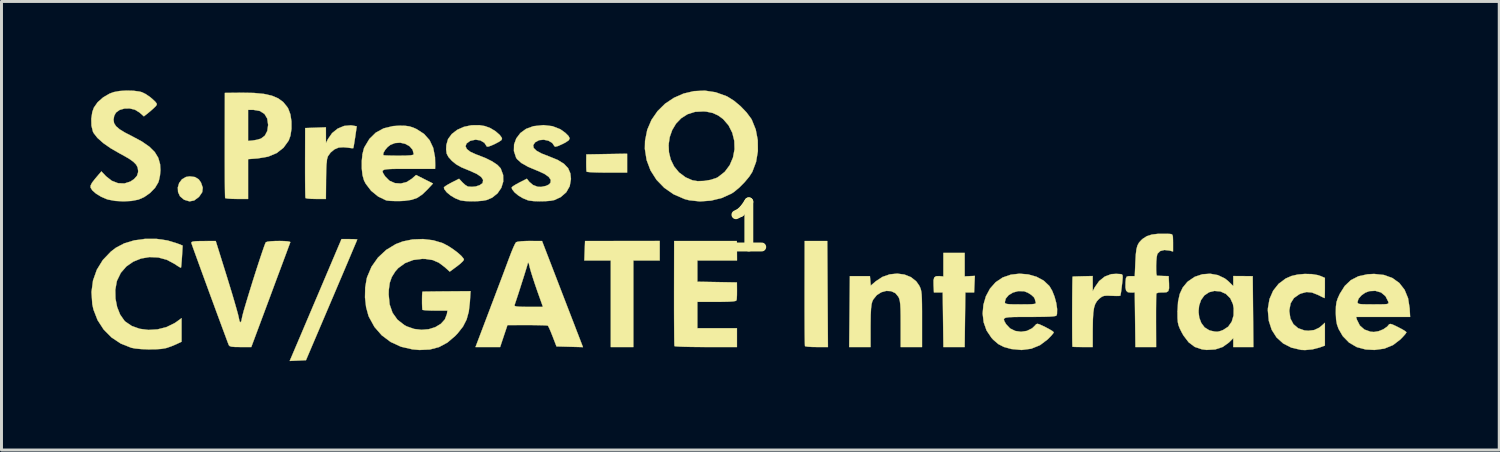
<source format=kicad_pcb>
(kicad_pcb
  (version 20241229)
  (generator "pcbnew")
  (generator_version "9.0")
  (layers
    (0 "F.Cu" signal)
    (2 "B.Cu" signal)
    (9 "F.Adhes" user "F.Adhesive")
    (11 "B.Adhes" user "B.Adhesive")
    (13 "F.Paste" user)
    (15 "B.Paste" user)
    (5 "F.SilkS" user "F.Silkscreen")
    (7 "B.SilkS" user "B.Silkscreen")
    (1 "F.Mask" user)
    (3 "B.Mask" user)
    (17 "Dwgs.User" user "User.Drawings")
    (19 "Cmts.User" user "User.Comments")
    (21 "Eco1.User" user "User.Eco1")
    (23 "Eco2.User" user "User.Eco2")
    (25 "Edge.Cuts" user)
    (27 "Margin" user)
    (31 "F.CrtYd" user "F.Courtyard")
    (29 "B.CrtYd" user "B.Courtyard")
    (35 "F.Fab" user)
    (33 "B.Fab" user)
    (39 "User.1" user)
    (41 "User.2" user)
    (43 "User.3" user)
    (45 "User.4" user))
  (footprint "1"
    (layer "F.Cu")
    (at 22.209 4.592)
    (property "Reference" "1" (at 0 0 0) (layer "F.SilkS") (effects (font (size 1.524 1.524) (thickness 0.3))))
    (attr through_hole)
    (fp_poly (pts (xy -3.006 1.143) (xy -3.895 1.143) (xy -3.895 4.064) (xy -4.657 4.064) (xy -4.657 1.143) (xy -5.549 1.143) (xy -5.537 0.815) (xy -5.524 0.487) (xy -3.006 0.486) (xy -3.006 1.143)) (stroke (width 0.01) (type solid)) (fill yes) (layer "F.SilkS"))
    (fp_poly (pts (xy -4.106 -1.82) (xy -4.781 -1.82) (xy -5.011 -1.822) (xy -5.209 -1.827) (xy -5.361 -1.835) (xy -5.452 -1.845) (xy -5.472 -1.852) (xy -5.48 -1.908) (xy -5.484 -2.023) (xy -5.485 -2.159) (xy -5.482 -2.434) (xy -4.794 -2.446) (xy -4.106 -2.457) (xy -4.106 -1.82)) (stroke (width 0.01) (type solid)) (fill yes) (layer "F.SilkS"))
    (fp_poly (pts (xy 2.657 2.275) (xy 2.668 4.064) (xy 2.289 4.064) (xy 2.119 4.061) (xy 1.985 4.052) (xy 1.906 4.039) (xy 1.894 4.032) (xy 1.891 3.984) (xy 1.888 3.861) (xy 1.885 3.671) (xy 1.883 3.423) (xy 1.882 3.127) (xy 1.881 2.791) (xy 1.881 2.424) (xy 1.881 2.244) (xy 1.884 0.487) (xy 2.646 0.487) (xy 2.657 2.275)) (stroke (width 0.01) (type solid)) (fill yes) (layer "F.SilkS"))
    (fp_poly (pts (xy -18.681 -1.67) (xy -18.555 -1.592) (xy -18.479 -1.483) (xy -18.42 -1.311) (xy -18.438 -1.16) (xy -18.537 -1.014) (xy -18.559 -0.991) (xy -18.711 -0.879) (xy -18.867 -0.85) (xy -19.038 -0.901) (xy -19.06 -0.913) (xy -19.188 -1.022) (xy -19.253 -1.164) (xy -19.261 -1.319) (xy -19.216 -1.469) (xy -19.123 -1.593) (xy -18.986 -1.673) (xy -18.86 -1.693) (xy -18.681 -1.67)) (stroke (width 0.01) (type solid)) (fill yes) (layer "F.SilkS"))
    (fp_poly (pts (xy 7.281 1.68) (xy 7.452 1.672) (xy 7.624 1.664) (xy 7.611 1.943) (xy 7.599 2.223) (xy 7.303 2.223) (xy 7.28 4.064) (xy 6.563 4.064) (xy 6.54 2.223) (xy 6.244 2.223) (xy 6.231 1.972) (xy 6.23 1.81) (xy 6.255 1.716) (xy 6.316 1.675) (xy 6.424 1.671) (xy 6.439 1.673) (xy 6.562 1.683) (xy 6.562 0.889) (xy 7.281 0.889) (xy 7.281 1.68)) (stroke (width 0.01) (type solid)) (fill yes) (layer "F.SilkS"))
    (fp_poly (pts (xy -13.337 0.425) (xy -13.24 0.43) (xy -13.208 0.435) (xy -13.224 0.476) (xy -13.27 0.586) (xy -13.344 0.76) (xy -13.441 0.99) (xy -13.559 1.269) (xy -13.695 1.59) (xy -13.846 1.944) (xy -14.008 2.326) (xy -14.073 2.478) (xy -14.938 4.508) (xy -15.213 4.521) (xy -15.487 4.533) (xy -15.085 3.59) (xy -14.952 3.276) (xy -14.796 2.909) (xy -14.628 2.514) (xy -14.458 2.115) (xy -14.298 1.737) (xy -14.212 1.535) (xy -13.74 0.423) (xy -13.474 0.423) (xy -13.337 0.425)) (stroke (width 0.01) (type solid)) (fill yes) (layer "F.SilkS"))
    (fp_poly (pts (xy -0.401 0.815) (xy -0.399 1.143) (xy -1.736 1.143) (xy -1.736 1.861) (xy -0.402 1.884) (xy -0.4 2.159) (xy -0.401 2.31) (xy -0.407 2.429) (xy -0.415 2.487) (xy -0.446 2.509) (xy -0.53 2.524) (xy -0.674 2.534) (xy -0.888 2.539) (xy -1.084 2.54) (xy -1.736 2.54) (xy -1.736 3.429) (xy -0.401 3.429) (xy -0.401 4.064) (xy -1.447 4.064) (xy -1.735 4.063) (xy -1.995 4.059) (xy -2.213 4.054) (xy -2.379 4.047) (xy -2.481 4.039) (xy -2.508 4.032) (xy -2.512 3.984) (xy -2.515 3.861) (xy -2.517 3.671) (xy -2.519 3.423) (xy -2.521 3.127) (xy -2.522 2.791) (xy -2.522 2.424) (xy -2.522 2.244) (xy -2.519 0.487) (xy -0.404 0.487) (xy -0.401 0.815)) (stroke (width 0.01) (type solid)) (fill yes) (layer "F.SilkS"))
    (fp_poly (pts (xy 5.249 1.619) (xy 5.468 1.706) (xy 5.647 1.848) (xy 5.744 1.986) (xy 5.776 2.05) (xy 5.8 2.114) (xy 5.817 2.189) (xy 5.829 2.289) (xy 5.836 2.426) (xy 5.84 2.613) (xy 5.842 2.861) (xy 5.842 3.118) (xy 5.842 4.064) (xy 5.122 4.064) (xy 5.122 3.291) (xy 5.121 3.006) (xy 5.117 2.791) (xy 5.109 2.634) (xy 5.095 2.521) (xy 5.075 2.439) (xy 5.048 2.373) (xy 5.048 2.373) (xy 4.943 2.246) (xy 4.799 2.179) (xy 4.635 2.17) (xy 4.468 2.216) (xy 4.316 2.313) (xy 4.197 2.46) (xy 4.165 2.525) (xy 4.14 2.619) (xy 4.122 2.769) (xy 4.111 2.982) (xy 4.107 3.269) (xy 4.106 3.364) (xy 4.106 4.064) (xy 3.385 4.064) (xy 3.397 2.868) (xy 3.408 1.672) (xy 4.085 1.672) (xy 4.112 1.992) (xy 4.288 1.841) (xy 4.509 1.697) (xy 4.754 1.612) (xy 5.005 1.587) (xy 5.249 1.619)) (stroke (width 0.01) (type solid)) (fill yes) (layer "F.SilkS"))
    (fp_poly (pts (xy -13.361 -3.406) (xy -13.226 -3.381) (xy -13.278 -3.019) (xy -13.304 -2.854) (xy -13.325 -2.726) (xy -13.34 -2.653) (xy -13.344 -2.644) (xy -13.389 -2.643) (xy -13.487 -2.656) (xy -13.525 -2.662) (xy -13.678 -2.675) (xy -13.828 -2.665) (xy -13.842 -2.662) (xy -13.981 -2.602) (xy -14.108 -2.496) (xy -14.199 -2.368) (xy -14.229 -2.264) (xy -14.237 -2.166) (xy -14.245 -2.117) (xy -14.249 -2.061) (xy -14.254 -1.937) (xy -14.258 -1.763) (xy -14.261 -1.555) (xy -14.261 -1.503) (xy -14.266 -0.931) (xy -14.603 -0.931) (xy -14.762 -0.935) (xy -14.885 -0.945) (xy -14.95 -0.959) (xy -14.954 -0.963) (xy -14.959 -1.012) (xy -14.962 -1.135) (xy -14.965 -1.32) (xy -14.967 -1.555) (xy -14.968 -1.831) (xy -14.968 -2.135) (xy -14.968 -2.159) (xy -14.965 -3.323) (xy -14.616 -3.335) (xy -14.266 -3.348) (xy -14.265 -3.081) (xy -14.264 -2.815) (xy -14.199 -2.947) (xy -14.058 -3.151) (xy -13.87 -3.303) (xy -13.653 -3.394) (xy -13.425 -3.415) (xy -13.361 -3.406)) (stroke (width 0.01) (type solid)) (fill yes) (layer "F.SilkS"))
    (fp_poly (pts (xy 18.989 1.604) (xy 19.193 1.638) (xy 19.272 1.664) (xy 19.431 1.731) (xy 19.431 2.072) (xy 19.43 2.23) (xy 19.427 2.349) (xy 19.422 2.409) (xy 19.42 2.413) (xy 19.38 2.395) (xy 19.287 2.35) (xy 19.202 2.307) (xy 18.995 2.225) (xy 18.814 2.208) (xy 18.628 2.257) (xy 18.565 2.285) (xy 18.387 2.411) (xy 18.277 2.585) (xy 18.233 2.811) (xy 18.232 2.86) (xy 18.267 3.1) (xy 18.369 3.292) (xy 18.529 3.429) (xy 18.74 3.503) (xy 18.872 3.514) (xy 19.069 3.491) (xy 19.234 3.414) (xy 19.336 3.332) (xy 19.431 3.245) (xy 19.431 4.015) (xy 19.251 4.08) (xy 19.012 4.142) (xy 18.762 4.166) (xy 18.627 4.16) (xy 18.3 4.084) (xy 18.023 3.942) (xy 17.801 3.741) (xy 17.638 3.484) (xy 17.539 3.179) (xy 17.507 2.83) (xy 17.509 2.758) (xy 17.563 2.444) (xy 17.686 2.164) (xy 17.871 1.93) (xy 18.11 1.752) (xy 18.305 1.667) (xy 18.513 1.619) (xy 18.752 1.598) (xy 18.989 1.604)) (stroke (width 0.01) (type solid)) (fill yes) (layer "F.SilkS"))
    (fp_poly (pts (xy -16.695 -4.507) (xy -16.36 -4.475) (xy -16.09 -4.415) (xy -15.874 -4.323) (xy -15.704 -4.198) (xy -15.571 -4.035) (xy -15.536 -3.977) (xy -15.464 -3.785) (xy -15.428 -3.548) (xy -15.427 -3.298) (xy -15.462 -3.065) (xy -15.522 -2.9) (xy -15.696 -2.659) (xy -15.926 -2.479) (xy -16.213 -2.359) (xy -16.561 -2.299) (xy -16.577 -2.298) (xy -16.891 -2.274) (xy -16.891 -0.931) (xy -17.27 -0.931) (xy -17.439 -0.935) (xy -17.573 -0.944) (xy -17.652 -0.956) (xy -17.664 -0.963) (xy -17.667 -1.011) (xy -17.67 -1.134) (xy -17.673 -1.325) (xy -17.675 -1.572) (xy -17.676 -1.869) (xy -17.677 -2.205) (xy -17.677 -2.571) (xy -17.677 -2.752) (xy -17.675 -3.937) (xy -16.891 -3.937) (xy -16.891 -2.888) (xy -16.734 -2.903) (xy -16.59 -2.928) (xy -16.461 -2.966) (xy -16.456 -2.968) (xy -16.326 -3.066) (xy -16.243 -3.224) (xy -16.214 -3.429) (xy -16.245 -3.643) (xy -16.338 -3.799) (xy -16.493 -3.897) (xy -16.708 -3.936) (xy -16.749 -3.937) (xy -16.891 -3.937) (xy -17.675 -3.937) (xy -17.674 -4.508) (xy -17.103 -4.514) (xy -16.695 -4.507)) (stroke (width 0.01) (type solid)) (fill yes) (layer "F.SilkS"))
    (fp_poly (pts (xy 12.478 1.6) (xy 12.536 1.603) (xy 12.584 1.612) (xy 12.607 1.644) (xy 12.611 1.72) (xy 12.599 1.857) (xy 12.597 1.874) (xy 12.579 2.029) (xy 12.563 2.159) (xy 12.553 2.224) (xy 12.538 2.303) (xy 12.534 2.33) (xy 12.494 2.339) (xy 12.391 2.341) (xy 12.247 2.336) (xy 12.24 2.336) (xy 12.082 2.33) (xy 11.979 2.339) (xy 11.904 2.369) (xy 11.828 2.428) (xy 11.814 2.44) (xy 11.739 2.521) (xy 11.683 2.617) (xy 11.644 2.741) (xy 11.619 2.908) (xy 11.606 3.13) (xy 11.601 3.42) (xy 11.6 3.482) (xy 11.599 4.064) (xy 11.261 4.064) (xy 11.103 4.063) (xy 10.982 4.06) (xy 10.921 4.055) (xy 10.917 4.053) (xy 10.913 4.006) (xy 10.91 3.887) (xy 10.908 3.712) (xy 10.907 3.492) (xy 10.906 3.241) (xy 10.906 2.972) (xy 10.907 2.699) (xy 10.908 2.433) (xy 10.91 2.189) (xy 10.912 1.98) (xy 10.915 1.818) (xy 10.918 1.717) (xy 10.922 1.688) (xy 10.971 1.685) (xy 11.084 1.681) (xy 11.236 1.677) (xy 11.271 1.676) (xy 11.599 1.669) (xy 11.6 1.925) (xy 11.6 2.18) (xy 11.666 2.053) (xy 11.816 1.839) (xy 12.006 1.687) (xy 12.224 1.605) (xy 12.393 1.595) (xy 12.478 1.6)) (stroke (width 0.01) (type solid)) (fill yes) (layer "F.SilkS"))
    (fp_poly (pts (xy 15.822 1.638) (xy 16.058 1.751) (xy 16.178 1.848) (xy 16.341 2.007) (xy 16.341 1.669) (xy 16.669 1.671) (xy 16.997 1.674) (xy 17.008 2.869) (xy 17.019 4.064) (xy 16.341 4.064) (xy 16.341 3.765) (xy 16.195 3.91) (xy 15.986 4.061) (xy 15.731 4.145) (xy 15.442 4.161) (xy 15.283 4.141) (xy 15.042 4.06) (xy 14.836 3.905) (xy 14.66 3.674) (xy 14.605 3.576) (xy 14.537 3.44) (xy 14.494 3.331) (xy 14.47 3.222) (xy 14.46 3.086) (xy 14.459 2.898) (xy 14.459 2.869) (xy 15.169 2.869) (xy 15.193 3.07) (xy 15.262 3.253) (xy 15.374 3.401) (xy 15.528 3.497) (xy 15.579 3.513) (xy 15.716 3.542) (xy 15.81 3.547) (xy 15.902 3.525) (xy 16 3.488) (xy 16.169 3.378) (xy 16.288 3.209) (xy 16.351 2.997) (xy 16.354 2.754) (xy 16.328 2.612) (xy 16.239 2.418) (xy 16.094 2.274) (xy 15.91 2.189) (xy 15.704 2.171) (xy 15.524 2.216) (xy 15.365 2.322) (xy 15.254 2.478) (xy 15.189 2.666) (xy 15.169 2.869) (xy 14.459 2.869) (xy 14.459 2.862) (xy 14.478 2.536) (xy 14.535 2.274) (xy 14.634 2.06) (xy 14.782 1.879) (xy 14.816 1.847) (xy 15.041 1.695) (xy 15.296 1.61) (xy 15.562 1.591) (xy 15.822 1.638)) (stroke (width 0.01) (type solid)) (fill yes) (layer "F.SilkS"))
    (fp_poly (pts (xy -19.983 0.415) (xy -19.609 0.469) (xy -19.275 0.571) (xy -19.098 0.642) (xy -19.12 1.009) (xy -19.132 1.175) (xy -19.143 1.305) (xy -19.152 1.379) (xy -19.155 1.389) (xy -19.193 1.374) (xy -19.279 1.322) (xy -19.353 1.271) (xy -19.628 1.122) (xy -19.919 1.043) (xy -20.214 1.029) (xy -20.501 1.078) (xy -20.766 1.185) (xy -20.998 1.347) (xy -21.183 1.56) (xy -21.31 1.82) (xy -21.321 1.857) (xy -21.37 2.136) (xy -21.364 2.429) (xy -21.308 2.714) (xy -21.207 2.969) (xy -21.065 3.172) (xy -21.033 3.205) (xy -20.812 3.355) (xy -20.546 3.449) (xy -20.252 3.487) (xy -19.947 3.468) (xy -19.649 3.393) (xy -19.376 3.261) (xy -19.307 3.215) (xy -19.135 3.09) (xy -19.135 3.885) (xy -19.315 3.97) (xy -19.469 4.035) (xy -19.629 4.091) (xy -19.664 4.101) (xy -19.816 4.127) (xy -20.024 4.141) (xy -20.26 4.143) (xy -20.495 4.133) (xy -20.702 4.113) (xy -20.833 4.087) (xy -21.186 3.947) (xy -21.499 3.739) (xy -21.763 3.472) (xy -21.968 3.156) (xy -22.106 2.801) (xy -22.146 2.617) (xy -22.173 2.208) (xy -22.121 1.818) (xy -21.993 1.457) (xy -21.792 1.13) (xy -21.521 0.846) (xy -21.355 0.718) (xy -21.069 0.567) (xy -20.733 0.466) (xy -20.364 0.415) (xy -19.983 0.415)) (stroke (width 0.01) (type solid)) (fill yes) (layer "F.SilkS"))
    (fp_poly (pts (xy 14.192 0.248) (xy 14.253 0.255) (xy 14.288 0.279) (xy 14.304 0.341) (xy 14.308 0.459) (xy 14.309 0.547) (xy 14.309 0.841) (xy 14.192 0.81) (xy 14.018 0.79) (xy 13.877 0.826) (xy 13.788 0.913) (xy 13.775 0.944) (xy 13.757 1.036) (xy 13.745 1.17) (xy 13.739 1.322) (xy 13.74 1.468) (xy 13.746 1.585) (xy 13.76 1.65) (xy 13.766 1.656) (xy 13.827 1.661) (xy 13.937 1.665) (xy 13.981 1.667) (xy 14.161 1.672) (xy 14.173 1.922) (xy 14.175 2.082) (xy 14.151 2.174) (xy 14.088 2.216) (xy 13.971 2.224) (xy 13.927 2.222) (xy 13.819 2.228) (xy 13.753 2.252) (xy 13.747 2.261) (xy 13.743 2.316) (xy 13.739 2.441) (xy 13.737 2.625) (xy 13.735 2.854) (xy 13.735 3.114) (xy 13.735 3.186) (xy 13.738 4.064) (xy 13.04 4.064) (xy 13.018 2.223) (xy 12.879 2.226) (xy 12.784 2.214) (xy 12.727 2.162) (xy 12.704 2.056) (xy 12.706 1.884) (xy 12.708 1.859) (xy 12.72 1.744) (xy 12.747 1.689) (xy 12.811 1.673) (xy 12.869 1.672) (xy 13.018 1.672) (xy 13.039 1.185) (xy 13.053 0.943) (xy 13.074 0.767) (xy 13.108 0.64) (xy 13.161 0.542) (xy 13.239 0.456) (xy 13.293 0.408) (xy 13.426 0.324) (xy 13.594 0.27) (xy 13.813 0.244) (xy 14.096 0.244) (xy 14.192 0.248)) (stroke (width 0.01) (type solid)) (fill yes) (layer "F.SilkS"))
    (fp_poly (pts (xy -15.669 0.49) (xy -15.547 0.5) (xy -15.476 0.516) (xy -15.466 0.528) (xy -15.484 0.576) (xy -15.528 0.694) (xy -15.595 0.876) (xy -15.683 1.112) (xy -15.788 1.394) (xy -15.908 1.714) (xy -16.038 2.064) (xy -16.132 2.318) (xy -16.783 4.064) (xy -17.15 4.064) (xy -17.332 4.062) (xy -17.446 4.052) (xy -17.511 4.032) (xy -17.542 3.999) (xy -17.545 3.99) (xy -17.59 3.873) (xy -17.655 3.697) (xy -17.739 3.471) (xy -17.837 3.206) (xy -17.946 2.912) (xy -18.061 2.598) (xy -18.18 2.275) (xy -18.298 1.952) (xy -18.412 1.64) (xy -18.518 1.349) (xy -18.613 1.088) (xy -18.693 0.868) (xy -18.754 0.699) (xy -18.792 0.59) (xy -18.805 0.552) (xy -18.796 0.523) (xy -18.748 0.505) (xy -18.647 0.494) (xy -18.48 0.489) (xy -18.4 0.489) (xy -17.982 0.487) (xy -17.608 1.684) (xy -17.512 1.997) (xy -17.422 2.292) (xy -17.344 2.558) (xy -17.28 2.782) (xy -17.233 2.953) (xy -17.208 3.057) (xy -17.206 3.07) (xy -17.179 3.193) (xy -17.148 3.233) (xy -17.119 3.188) (xy -17.093 3.06) (xy -17.093 3.06) (xy -17.074 2.977) (xy -17.035 2.831) (xy -16.977 2.634) (xy -16.906 2.398) (xy -16.825 2.134) (xy -16.739 1.856) (xy -16.65 1.575) (xy -16.563 1.305) (xy -16.481 1.056) (xy -16.409 0.842) (xy -16.351 0.675) (xy -16.31 0.566) (xy -16.292 0.53) (xy -16.236 0.51) (xy -16.125 0.496) (xy -15.979 0.488) (xy -15.82 0.486) (xy -15.669 0.49)) (stroke (width 0.01) (type solid)) (fill yes) (layer "F.SilkS"))
    (fp_poly (pts (xy -6.975 0.488) (xy -6.469 1.8) (xy -6.338 2.141) (xy -6.207 2.48) (xy -6.083 2.802) (xy -5.97 3.094) (xy -5.874 3.342) (xy -5.802 3.531) (xy -5.779 3.589) (xy -5.595 4.067) (xy -6.041 4.055) (xy -6.488 4.043) (xy -6.619 3.704) (xy -6.681 3.548) (xy -6.735 3.424) (xy -6.772 3.353) (xy -6.779 3.344) (xy -6.83 3.336) (xy -6.95 3.33) (xy -7.125 3.326) (xy -7.339 3.323) (xy -7.476 3.323) (xy -8.142 3.324) (xy -8.266 3.694) (xy -8.389 4.064) (xy -9.22 4.064) (xy -8.734 2.783) (xy -8.686 2.656) (xy -7.906 2.656) (xy -7.894 2.68) (xy -7.832 2.696) (xy -7.709 2.705) (xy -7.514 2.709) (xy -7.435 2.709) (xy -6.945 2.709) (xy -7.137 2.17) (xy -7.214 1.946) (xy -7.286 1.728) (xy -7.345 1.539) (xy -7.383 1.404) (xy -7.385 1.397) (xy -7.416 1.269) (xy -7.437 1.216) (xy -7.453 1.227) (xy -7.47 1.291) (xy -7.491 1.365) (xy -7.533 1.502) (xy -7.589 1.683) (xy -7.655 1.889) (xy -7.723 2.104) (xy -7.789 2.308) (xy -7.847 2.483) (xy -7.89 2.612) (xy -7.906 2.656) (xy -8.686 2.656) (xy -8.606 2.446) (xy -8.48 2.111) (xy -8.359 1.793) (xy -8.251 1.506) (xy -8.161 1.264) (xy -8.093 1.082) (xy -8.076 1.037) (xy -8.004 0.85) (xy -7.937 0.69) (xy -7.883 0.577) (xy -7.851 0.528) (xy -7.789 0.51) (xy -7.662 0.495) (xy -7.494 0.487) (xy -7.387 0.486) (xy -6.975 0.488)) (stroke (width 0.01) (type solid)) (fill yes) (layer "F.SilkS"))
    (fp_poly (pts (xy -6.624 -3.386) (xy -6.359 -3.283) (xy -6.187 -3.159) (xy -6.083 -3.055) (xy -6.043 -2.978) (xy -6.072 -2.913) (xy -6.174 -2.842) (xy -6.273 -2.79) (xy -6.434 -2.717) (xy -6.528 -2.693) (xy -6.554 -2.707) (xy -6.632 -2.821) (xy -6.763 -2.897) (xy -6.919 -2.929) (xy -7.075 -2.914) (xy -7.205 -2.844) (xy -7.212 -2.838) (xy -7.273 -2.744) (xy -7.257 -2.651) (xy -7.163 -2.558) (xy -6.989 -2.463) (xy -6.738 -2.366) (xy -6.449 -2.248) (xy -6.237 -2.118) (xy -6.096 -1.969) (xy -6.02 -1.793) (xy -6 -1.604) (xy -6.042 -1.362) (xy -6.158 -1.157) (xy -6.342 -0.996) (xy -6.557 -0.895) (xy -6.683 -0.87) (xy -6.862 -0.856) (xy -7.063 -0.852) (xy -7.255 -0.858) (xy -7.408 -0.876) (xy -7.451 -0.886) (xy -7.621 -0.956) (xy -7.779 -1.051) (xy -7.906 -1.157) (xy -7.985 -1.26) (xy -8.001 -1.317) (xy -7.966 -1.353) (xy -7.874 -1.412) (xy -7.746 -1.482) (xy -7.744 -1.483) (xy -7.487 -1.613) (xy -7.406 -1.509) (xy -7.281 -1.403) (xy -7.126 -1.343) (xy -7.009 -1.337) (xy -6.841 -1.372) (xy -6.74 -1.421) (xy -6.69 -1.48) (xy -6.681 -1.576) (xy -6.753 -1.678) (xy -6.898 -1.779) (xy -7.114 -1.877) (xy -7.133 -1.884) (xy -7.445 -2.015) (xy -7.674 -2.145) (xy -7.817 -2.274) (xy -7.852 -2.327) (xy -7.924 -2.548) (xy -7.919 -2.768) (xy -7.844 -2.974) (xy -7.707 -3.154) (xy -7.514 -3.295) (xy -7.272 -3.384) (xy -7.256 -3.387) (xy -6.927 -3.422) (xy -6.624 -3.386)) (stroke (width 0.01) (type solid)) (fill yes) (layer "F.SilkS"))
    (fp_poly (pts (xy -1.12 -4.53) (xy -0.758 -4.4) (xy -0.716 -4.38) (xy -0.5 -4.244) (xy -0.279 -4.059) (xy -0.079 -3.851) (xy 0.075 -3.645) (xy 0.102 -3.598) (xy 0.233 -3.274) (xy 0.301 -2.915) (xy 0.305 -2.543) (xy 0.244 -2.18) (xy 0.119 -1.848) (xy 0.118 -1.845) (xy 0.012 -1.681) (xy -0.142 -1.497) (xy -0.318 -1.319) (xy -0.494 -1.172) (xy -0.583 -1.113) (xy -0.912 -0.964) (xy -1.275 -0.875) (xy -1.65 -0.848) (xy -2.011 -0.887) (xy -2.168 -0.928) (xy -2.535 -1.087) (xy -2.853 -1.307) (xy -3.115 -1.578) (xy -3.316 -1.894) (xy -3.448 -2.244) (xy -3.507 -2.62) (xy -3.504 -2.766) (xy -2.706 -2.766) (xy -2.695 -2.509) (xy -2.634 -2.26) (xy -2.521 -2.028) (xy -2.354 -1.825) (xy -2.132 -1.66) (xy -1.905 -1.561) (xy -1.728 -1.532) (xy -1.51 -1.539) (xy -1.287 -1.576) (xy -1.094 -1.64) (xy -1.042 -1.667) (xy -0.813 -1.846) (xy -0.644 -2.072) (xy -0.534 -2.33) (xy -0.482 -2.607) (xy -0.49 -2.89) (xy -0.558 -3.163) (xy -0.684 -3.413) (xy -0.869 -3.627) (xy -1.039 -3.75) (xy -1.22 -3.832) (xy -1.429 -3.876) (xy -1.518 -3.884) (xy -1.811 -3.87) (xy -2.066 -3.79) (xy -2.281 -3.654) (xy -2.454 -3.474) (xy -2.584 -3.258) (xy -2.668 -3.019) (xy -2.706 -2.766) (xy -3.504 -2.766) (xy -3.501 -2.891) (xy -3.427 -3.263) (xy -3.283 -3.599) (xy -3.079 -3.894) (xy -2.825 -4.144) (xy -2.529 -4.342) (xy -2.201 -4.486) (xy -1.851 -4.568) (xy -1.487 -4.585) (xy -1.12 -4.53)) (stroke (width 0.01) (type solid)) (fill yes) (layer "F.SilkS"))
    (fp_poly (pts (xy -11.595 -3.399) (xy -11.451 -3.38) (xy -11.322 -3.339) (xy -11.208 -3.288) (xy -10.956 -3.125) (xy -10.769 -2.915) (xy -10.646 -2.654) (xy -10.585 -2.338) (xy -10.579 -2.064) (xy -10.583 -1.947) (xy -11.472 -1.947) (xy -11.782 -1.947) (xy -12.016 -1.944) (xy -12.181 -1.936) (xy -12.288 -1.921) (xy -12.343 -1.894) (xy -12.356 -1.855) (xy -12.335 -1.799) (xy -12.288 -1.724) (xy -12.265 -1.689) (xy -12.122 -1.546) (xy -11.94 -1.466) (xy -11.739 -1.452) (xy -11.537 -1.504) (xy -11.368 -1.613) (xy -11.224 -1.74) (xy -10.939 -1.596) (xy -10.654 -1.452) (xy -10.839 -1.252) (xy -11.014 -1.083) (xy -11.184 -0.969) (xy -11.375 -0.902) (xy -11.612 -0.868) (xy -11.748 -0.861) (xy -11.932 -0.86) (xy -12.094 -0.866) (xy -12.209 -0.878) (xy -12.235 -0.884) (xy -12.503 -1.013) (xy -12.739 -1.205) (xy -12.922 -1.443) (xy -12.98 -1.555) (xy -13.031 -1.734) (xy -13.056 -1.963) (xy -13.056 -2.211) (xy -13.034 -2.427) (xy -12.335 -2.427) (xy -12.317 -2.405) (xy -12.26 -2.4) (xy -12.136 -2.395) (xy -11.966 -2.392) (xy -11.788 -2.391) (xy -11.561 -2.394) (xy -11.41 -2.403) (xy -11.327 -2.419) (xy -11.303 -2.442) (xy -11.341 -2.59) (xy -11.442 -2.708) (xy -11.588 -2.79) (xy -11.76 -2.829) (xy -11.939 -2.816) (xy -12.095 -2.753) (xy -12.187 -2.68) (xy -12.266 -2.587) (xy -12.32 -2.496) (xy -12.335 -2.427) (xy -13.034 -2.427) (xy -13.032 -2.446) (xy -12.983 -2.639) (xy -12.969 -2.672) (xy -12.799 -2.956) (xy -12.582 -3.169) (xy -12.317 -3.313) (xy -12.002 -3.389) (xy -11.788 -3.403) (xy -11.595 -3.399)) (stroke (width 0.01) (type solid)) (fill yes) (layer "F.SilkS"))
    (fp_poly (pts (xy 21.424 1.633) (xy 21.709 1.736) (xy 21.942 1.904) (xy 22.12 2.133) (xy 22.237 2.418) (xy 22.29 2.755) (xy 22.306 3.048) (xy 20.484 3.048) (xy 20.512 3.143) (xy 20.61 3.338) (xy 20.766 3.475) (xy 20.97 3.547) (xy 21.085 3.556) (xy 21.242 3.53) (xy 21.403 3.465) (xy 21.531 3.376) (xy 21.565 3.337) (xy 21.598 3.297) (xy 21.638 3.284) (xy 21.703 3.3) (xy 21.813 3.35) (xy 21.902 3.394) (xy 22.038 3.465) (xy 22.138 3.526) (xy 22.182 3.564) (xy 22.183 3.567) (xy 22.155 3.613) (xy 22.082 3.698) (xy 21.979 3.806) (xy 21.979 3.806) (xy 21.729 3.998) (xy 21.437 4.117) (xy 21.104 4.162) (xy 20.806 4.146) (xy 20.506 4.066) (xy 20.246 3.914) (xy 20.034 3.696) (xy 19.892 3.451) (xy 19.838 3.299) (xy 19.809 3.134) (xy 19.799 2.923) (xy 19.799 2.891) (xy 19.803 2.7) (xy 19.821 2.558) (xy 19.828 2.537) (xy 20.532 2.537) (xy 20.536 2.573) (xy 20.558 2.598) (xy 20.61 2.613) (xy 20.708 2.621) (xy 20.865 2.624) (xy 21.064 2.625) (xy 21.283 2.624) (xy 21.432 2.621) (xy 21.521 2.614) (xy 21.565 2.598) (xy 21.577 2.573) (xy 21.569 2.536) (xy 21.567 2.529) (xy 21.474 2.347) (xy 21.326 2.224) (xy 21.133 2.168) (xy 20.932 2.178) (xy 20.793 2.23) (xy 20.664 2.321) (xy 20.569 2.43) (xy 20.532 2.535) (xy 20.532 2.537) (xy 19.828 2.537) (xy 19.861 2.429) (xy 19.93 2.277) (xy 19.934 2.269) (xy 20.101 2.003) (xy 20.307 1.807) (xy 20.561 1.677) (xy 20.867 1.61) (xy 21.091 1.598) (xy 21.424 1.633)) (stroke (width 0.01) (type solid)) (fill yes) (layer "F.SilkS"))
    (fp_poly (pts (xy -8.902 -3.389) (xy -8.723 -3.323) (xy -8.547 -3.217) (xy -8.405 -3.093) (xy -8.338 -3.003) (xy -8.325 -2.957) (xy -8.348 -2.914) (xy -8.423 -2.862) (xy -8.559 -2.79) (xy -8.691 -2.73) (xy -8.79 -2.696) (xy -8.836 -2.697) (xy -8.837 -2.698) (xy -8.92 -2.825) (xy -9.054 -2.905) (xy -9.217 -2.931) (xy -9.384 -2.895) (xy -9.407 -2.885) (xy -9.522 -2.801) (xy -9.556 -2.708) (xy -9.511 -2.613) (xy -9.39 -2.519) (xy -9.196 -2.432) (xy -9.179 -2.426) (xy -8.895 -2.316) (xy -8.658 -2.199) (xy -8.481 -2.08) (xy -8.374 -1.968) (xy -8.369 -1.959) (xy -8.288 -1.741) (xy -8.284 -1.518) (xy -8.349 -1.307) (xy -8.477 -1.12) (xy -8.661 -0.973) (xy -8.842 -0.896) (xy -8.981 -0.87) (xy -9.169 -0.855) (xy -9.374 -0.852) (xy -9.566 -0.86) (xy -9.713 -0.88) (xy -9.737 -0.886) (xy -9.907 -0.956) (xy -10.065 -1.051) (xy -10.192 -1.157) (xy -10.271 -1.26) (xy -10.287 -1.317) (xy -10.252 -1.353) (xy -10.16 -1.412) (xy -10.032 -1.482) (xy -10.031 -1.483) (xy -9.774 -1.612) (xy -9.654 -1.484) (xy -9.562 -1.401) (xy -9.482 -1.353) (xy -9.466 -1.349) (xy -9.371 -1.342) (xy -9.345 -1.34) (xy -9.212 -1.352) (xy -9.082 -1.395) (xy -8.992 -1.456) (xy -8.978 -1.476) (xy -8.963 -1.573) (xy -9.026 -1.671) (xy -9.168 -1.77) (xy -9.391 -1.874) (xy -9.47 -1.905) (xy -9.702 -2.002) (xy -9.875 -2.101) (xy -10.014 -2.215) (xy -10.022 -2.223) (xy -10.133 -2.347) (xy -10.192 -2.461) (xy -10.21 -2.599) (xy -10.203 -2.752) (xy -10.146 -2.951) (xy -10.019 -3.123) (xy -9.837 -3.263) (xy -9.612 -3.363) (xy -9.357 -3.417) (xy -9.085 -3.42) (xy -8.902 -3.389)) (stroke (width 0.01) (type solid)) (fill yes) (layer "F.SilkS"))
    (fp_poly (pts (xy -20.76 -4.581) (xy -20.555 -4.554) (xy -20.472 -4.532) (xy -20.345 -4.47) (xy -20.202 -4.373) (xy -20.122 -4.306) (xy -20.02 -4.21) (xy -19.974 -4.15) (xy -19.972 -4.106) (xy -20.008 -4.058) (xy -20.012 -4.053) (xy -20.092 -3.976) (xy -20.203 -3.879) (xy -20.246 -3.844) (xy -20.406 -3.717) (xy -20.555 -3.848) (xy -20.707 -3.941) (xy -20.883 -3.984) (xy -21.062 -3.98) (xy -21.223 -3.934) (xy -21.346 -3.846) (xy -21.407 -3.735) (xy -21.429 -3.602) (xy -21.411 -3.488) (xy -21.345 -3.384) (xy -21.224 -3.28) (xy -21.038 -3.167) (xy -20.804 -3.047) (xy -20.474 -2.87) (xy -20.222 -2.695) (xy -20.039 -2.514) (xy -19.921 -2.32) (xy -19.859 -2.104) (xy -19.847 -1.9) (xy -19.862 -1.727) (xy -19.898 -1.557) (xy -19.921 -1.487) (xy -20.03 -1.305) (xy -20.197 -1.133) (xy -20.398 -0.993) (xy -20.588 -0.91) (xy -20.824 -0.864) (xy -21.097 -0.85) (xy -21.372 -0.865) (xy -21.612 -0.91) (xy -21.661 -0.925) (xy -21.852 -1.008) (xy -22.02 -1.111) (xy -22.145 -1.221) (xy -22.204 -1.314) (xy -22.203 -1.383) (xy -22.156 -1.477) (xy -22.053 -1.61) (xy -22.035 -1.631) (xy -21.839 -1.861) (xy -21.683 -1.697) (xy -21.49 -1.545) (xy -21.278 -1.463) (xy -21.062 -1.454) (xy -20.858 -1.519) (xy -20.733 -1.606) (xy -20.638 -1.713) (xy -20.602 -1.827) (xy -20.599 -1.877) (xy -20.614 -1.987) (xy -20.664 -2.087) (xy -20.76 -2.185) (xy -20.911 -2.292) (xy -21.128 -2.416) (xy -21.225 -2.468) (xy -21.526 -2.641) (xy -21.778 -2.817) (xy -21.972 -2.99) (xy -22.098 -3.151) (xy -22.125 -3.204) (xy -22.174 -3.403) (xy -22.18 -3.636) (xy -22.145 -3.866) (xy -22.092 -4.012) (xy -21.966 -4.193) (xy -21.78 -4.357) (xy -21.561 -4.485) (xy -21.421 -4.536) (xy -21.227 -4.572) (xy -20.995 -4.587) (xy -20.76 -4.581)) (stroke (width 0.01) (type solid)) (fill yes) (layer "F.SilkS"))
    (fp_poly (pts (xy -10.645 0.463) (xy -10.337 0.555) (xy -10.287 0.578) (xy -10.129 0.663) (xy -9.968 0.769) (xy -9.818 0.882) (xy -9.699 0.989) (xy -9.625 1.077) (xy -9.61 1.117) (xy -9.642 1.166) (xy -9.726 1.247) (xy -9.844 1.341) (xy -9.85 1.345) (xy -10.089 1.521) (xy -10.256 1.37) (xy -10.458 1.218) (xy -10.667 1.129) (xy -10.911 1.092) (xy -11.018 1.09) (xy -11.322 1.128) (xy -11.597 1.234) (xy -11.827 1.402) (xy -11.926 1.514) (xy -12.043 1.701) (xy -12.113 1.9) (xy -12.145 2.138) (xy -12.149 2.289) (xy -12.117 2.625) (xy -12.018 2.909) (xy -11.853 3.141) (xy -11.621 3.322) (xy -11.536 3.368) (xy -11.291 3.453) (xy -11.04 3.483) (xy -10.796 3.462) (xy -10.575 3.393) (xy -10.389 3.281) (xy -10.254 3.132) (xy -10.185 2.953) (xy -10.166 2.836) (xy -10.586 2.836) (xy -10.764 2.833) (xy -10.905 2.825) (xy -10.993 2.814) (xy -11.012 2.805) (xy -11.019 2.717) (xy -11.023 2.59) (xy -11.023 2.449) (xy -11.021 2.319) (xy -11.015 2.227) (xy -11.008 2.196) (xy -10.961 2.194) (xy -10.842 2.192) (xy -10.666 2.19) (xy -10.446 2.187) (xy -10.195 2.185) (xy -10.186 2.185) (xy -9.387 2.179) (xy -9.409 2.539) (xy -9.446 2.866) (xy -9.52 3.136) (xy -9.642 3.374) (xy -9.821 3.602) (xy -9.902 3.687) (xy -10.167 3.913) (xy -10.449 4.065) (xy -10.76 4.147) (xy -11.111 4.163) (xy -11.347 4.142) (xy -11.734 4.053) (xy -12.082 3.893) (xy -12.383 3.668) (xy -12.629 3.385) (xy -12.813 3.05) (xy -12.831 3.006) (xy -12.91 2.718) (xy -12.947 2.39) (xy -12.94 2.057) (xy -12.889 1.753) (xy -12.876 1.707) (xy -12.727 1.355) (xy -12.509 1.046) (xy -12.233 0.788) (xy -11.909 0.592) (xy -11.673 0.502) (xy -11.34 0.434) (xy -10.988 0.422) (xy -10.645 0.463)) (stroke (width 0.01) (type solid)) (fill yes) (layer "F.SilkS"))
    (fp_poly (pts (xy 9.425 1.614) (xy 9.703 1.693) (xy 9.945 1.823) (xy 10.134 2.001) (xy 10.139 2.007) (xy 10.233 2.166) (xy 10.312 2.365) (xy 10.37 2.579) (xy 10.399 2.781) (xy 10.395 2.945) (xy 10.382 2.995) (xy 10.353 3.014) (xy 10.278 3.028) (xy 10.148 3.038) (xy 9.954 3.044) (xy 9.689 3.047) (xy 9.478 3.048) (xy 9.171 3.048) (xy 8.94 3.051) (xy 8.777 3.058) (xy 8.672 3.073) (xy 8.616 3.099) (xy 8.602 3.137) (xy 8.62 3.192) (xy 8.661 3.264) (xy 8.679 3.294) (xy 8.811 3.435) (xy 8.986 3.521) (xy 9.182 3.549) (xy 9.38 3.519) (xy 9.557 3.431) (xy 9.655 3.336) (xy 9.692 3.295) (xy 9.732 3.28) (xy 9.795 3.295) (xy 9.901 3.342) (xy 10.004 3.392) (xy 10.14 3.464) (xy 10.241 3.525) (xy 10.286 3.565) (xy 10.287 3.568) (xy 10.259 3.613) (xy 10.185 3.699) (xy 10.08 3.805) (xy 10.076 3.809) (xy 9.821 4.001) (xy 9.527 4.12) (xy 9.202 4.163) (xy 8.853 4.13) (xy 8.847 4.128) (xy 8.605 4.062) (xy 8.415 3.964) (xy 8.244 3.817) (xy 8.183 3.75) (xy 8.019 3.505) (xy 7.921 3.228) (xy 7.887 2.934) (xy 7.913 2.637) (xy 7.94 2.546) (xy 8.636 2.546) (xy 8.642 2.578) (xy 8.67 2.601) (xy 8.732 2.614) (xy 8.843 2.622) (xy 9.016 2.624) (xy 9.17 2.625) (xy 9.391 2.624) (xy 9.541 2.619) (xy 9.63 2.61) (xy 9.673 2.594) (xy 9.681 2.569) (xy 9.678 2.558) (xy 9.655 2.481) (xy 9.652 2.458) (xy 9.617 2.386) (xy 9.527 2.304) (xy 9.41 2.231) (xy 9.29 2.184) (xy 9.269 2.18) (xy 9.084 2.178) (xy 8.909 2.226) (xy 8.763 2.314) (xy 8.666 2.43) (xy 8.636 2.546) (xy 7.94 2.546) (xy 7.996 2.352) (xy 8.135 2.093) (xy 8.326 1.877) (xy 8.562 1.718) (xy 8.837 1.623) (xy 9.13 1.59) (xy 9.425 1.614)) (stroke (width 0.01) (type solid)) (fill yes) (layer "F.SilkS")))
  (gr_rect
    (start -3 -3)
    (end 47.521 12.13)
    (stroke (width 0.1) (type default))
    (fill no)
    (layer "Edge.Cuts")))
</source>
